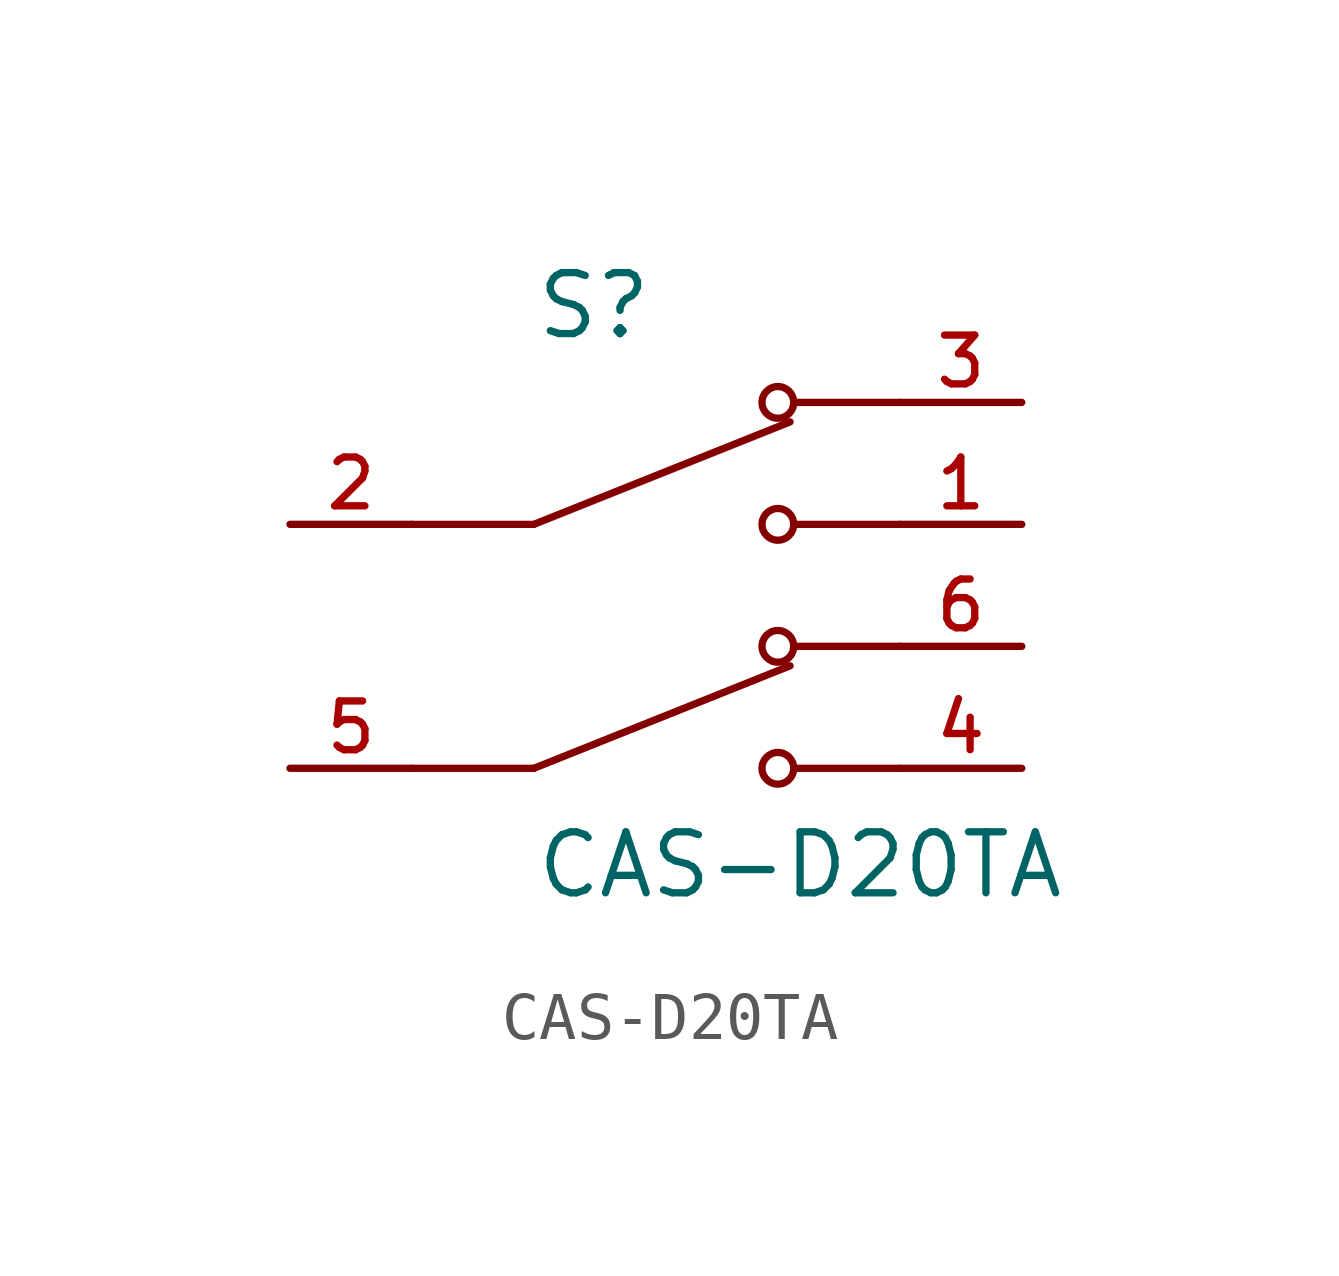
<source format=kicad_sym>
(kicad_symbol_lib
  (version 20211014)
  (generator kicad_symbol_editor)
  (symbol "CAS-D20TA"
    (pin_names
      (offset 1.016))
    (property "Reference" "S"
      (at -2.54 6.35 0)
      (effects (font (size 1.27 1.27)) (justify bottom left)))
    (property "Value" "CAS-D20TA"
      (at -2.54 -3.81 0)
      (effects (font (size 1.27 1.27)) (justify top left)))
    (symbol "CAS-D20TA_0_0"
      (polyline (pts (xy -2.54 2.54) (xy 2.794 4.674)) (stroke (width 0.152)))
      (circle (center 2.54 5.08) (radius 0.33) (stroke (width 0.152)) (fill (type none)))
      (circle (center 2.54 2.54) (radius 0.33) (stroke (width 0.152)) (fill (type none)))
      (polyline (pts (xy 5.08 2.54) (xy 2.921 2.54)) (stroke (width 0.152)))
      (polyline (pts (xy 5.08 5.08) (xy 2.921 5.08)) (stroke (width 0.152)))
      (polyline (pts (xy -2.54 2.54) (xy -5.08 2.54)) (stroke (width 0.152)))
      (polyline (pts (xy -2.54 -2.54) (xy 2.794 -0.406)) (stroke (width 0.152)))
      (circle (center 2.54 0.0) (radius 0.33) (stroke (width 0.152)) (fill (type none)))
      (circle (center 2.54 -2.54) (radius 0.33) (stroke (width 0.152)) (fill (type none)))
      (polyline (pts (xy 5.08 -2.54) (xy 2.921 -2.54)) (stroke (width 0.152)))
      (polyline (pts (xy 5.08 0.0) (xy 2.921 0.0)) (stroke (width 0.152)))
      (polyline (pts (xy -2.54 -2.54) (xy -5.08 -2.54)) (stroke (width 0.152)))
      (pin passive line (at 7.62 5.08 180.0) (length 2.54) (name "~" (effects (font (size 1.016 1.016)))) (number "3" (effects (font (size 1.016 1.016)))))
      (pin passive line (at -7.62 2.54 0) (length 2.54) (name "~" (effects (font (size 1.016 1.016)))) (number "2" (effects (font (size 1.016 1.016)))))
      (pin passive line (at 7.62 2.54 180.0) (length 2.54) (name "~" (effects (font (size 1.016 1.016)))) (number "1" (effects (font (size 1.016 1.016)))))
      (pin passive line (at 7.62 0.0 180.0) (length 2.54) (name "~" (effects (font (size 1.016 1.016)))) (number "6" (effects (font (size 1.016 1.016)))))
      (pin passive line (at -7.62 -2.54 0) (length 2.54) (name "~" (effects (font (size 1.016 1.016)))) (number "5" (effects (font (size 1.016 1.016)))))
      (pin passive line (at 7.62 -2.54 180.0) (length 2.54) (name "~" (effects (font (size 1.016 1.016)))) (number "4" (effects (font (size 1.016 1.016))))))))
</source>
